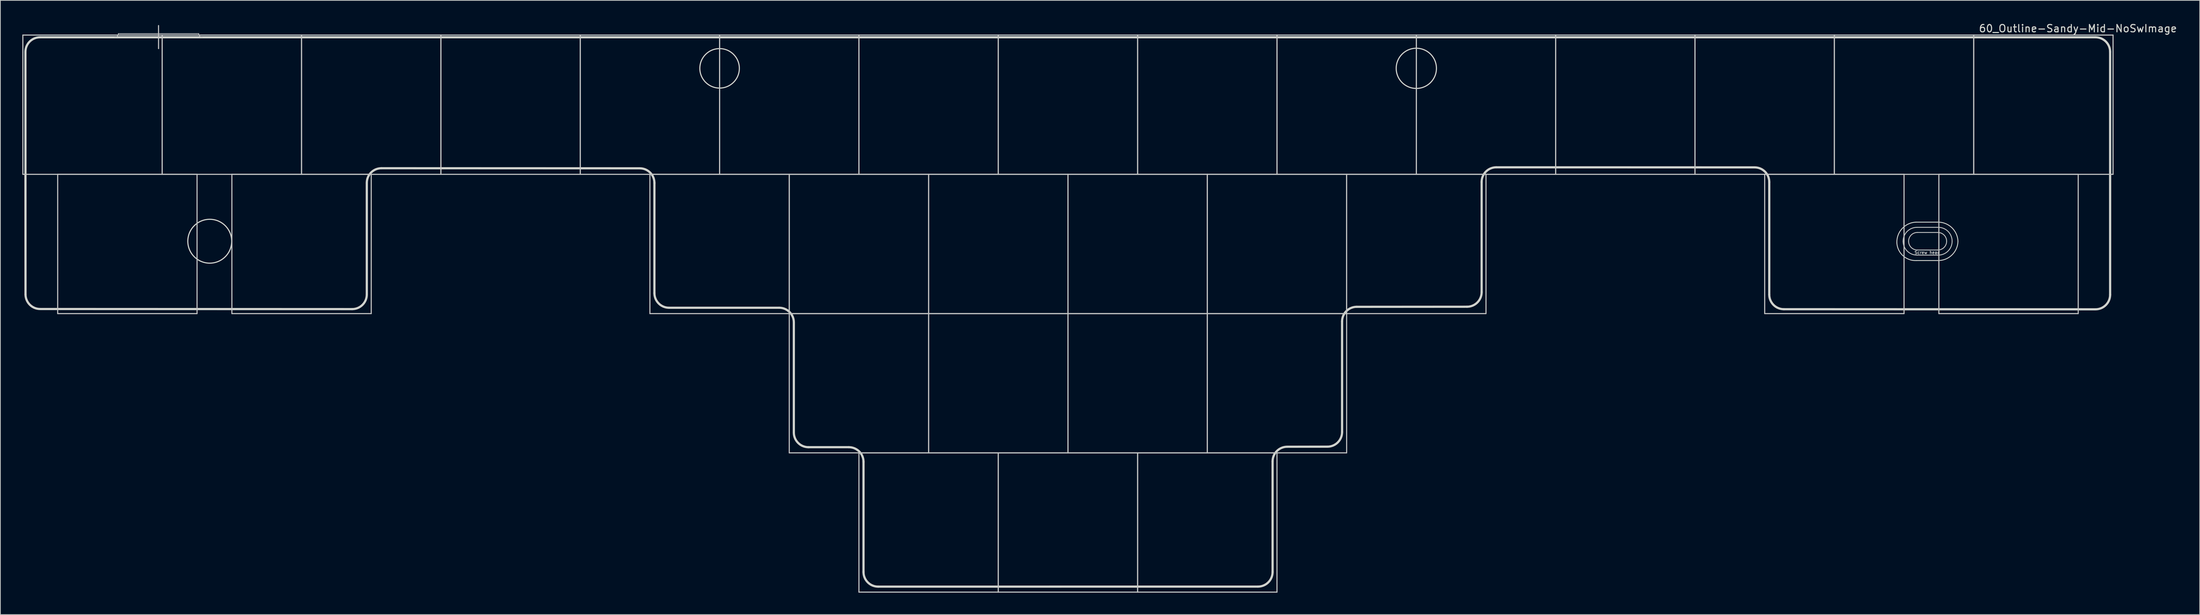
<source format=kicad_pcb>
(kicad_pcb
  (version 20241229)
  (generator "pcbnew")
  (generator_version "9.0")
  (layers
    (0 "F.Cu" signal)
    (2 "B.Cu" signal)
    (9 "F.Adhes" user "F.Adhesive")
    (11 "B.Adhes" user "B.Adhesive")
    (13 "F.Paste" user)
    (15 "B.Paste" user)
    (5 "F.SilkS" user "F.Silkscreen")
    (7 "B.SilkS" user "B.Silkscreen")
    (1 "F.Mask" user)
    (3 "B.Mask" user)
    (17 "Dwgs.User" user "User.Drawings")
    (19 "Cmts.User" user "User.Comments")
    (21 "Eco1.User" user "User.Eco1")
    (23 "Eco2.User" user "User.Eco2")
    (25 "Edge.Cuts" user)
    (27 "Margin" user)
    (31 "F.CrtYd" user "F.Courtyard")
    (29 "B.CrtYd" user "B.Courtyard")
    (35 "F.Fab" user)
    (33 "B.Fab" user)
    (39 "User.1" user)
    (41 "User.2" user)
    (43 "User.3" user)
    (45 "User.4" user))
  (footprint "60_Outline-Sandy-Mid-NoSwImage"
    (layer "F.Cu")
    (at 142.925 49.348)
    (property "Reference" "60_Outline-Sandy-Mid-NoSwImage" (at 138.1 -48.5 0) (layer "Edge.Cuts") (effects (font (size 1 1) (thickness 0.15))))
    (attr through_hole)
    (fp_line (start -142.85 -47.6) (end -123.8 -47.6) (stroke (width 0.15) (type solid)) (layer "Dwgs.User"))
    (fp_line (start -142.85 -28.55) (end -142.85 -47.6) (stroke (width 0.15) (type solid)) (layer "Dwgs.User"))
    (fp_line (start -138.088 -28.55) (end -119.037 -28.55) (stroke (width 0.15) (type solid)) (layer "Dwgs.User"))
    (fp_line (start -138.088 -9.5) (end -138.088 -28.55) (stroke (width 0.15) (type solid)) (layer "Dwgs.User"))
    (fp_line (start -129.8 -47.8) (end -118.8 -47.8) (stroke (width 0.1) (type solid)) (layer "Dwgs.User"))
    (fp_line (start -124.3 -48.9) (end -124.3 -45.75) (stroke (width 0.15) (type solid)) (layer "Dwgs.User"))
    (fp_line (start -123.8 -47.6) (end -123.8 -28.55) (stroke (width 0.15) (type solid)) (layer "Dwgs.User"))
    (fp_line (start -123.8 -47.6) (end -104.75 -47.6) (stroke (width 0.15) (type solid)) (layer "Dwgs.User"))
    (fp_line (start -123.8 -28.55) (end -142.85 -28.55) (stroke (width 0.15) (type solid)) (layer "Dwgs.User"))
    (fp_line (start -123.8 -28.55) (end -123.8 -47.6) (stroke (width 0.15) (type solid)) (layer "Dwgs.User"))
    (fp_line (start -119.037 -28.55) (end -119.037 -9.5) (stroke (width 0.15) (type solid)) (layer "Dwgs.User"))
    (fp_line (start -119.037 -9.5) (end -138.088 -9.5) (stroke (width 0.15) (type solid)) (layer "Dwgs.User"))
    (fp_line (start -114.275 -28.55) (end -95.225 -28.55) (stroke (width 0.15) (type solid)) (layer "Dwgs.User"))
    (fp_line (start -114.275 -9.5) (end -114.275 -28.55) (stroke (width 0.15) (type solid)) (layer "Dwgs.User"))
    (fp_line (start -104.75 -47.6) (end -104.75 -28.55) (stroke (width 0.15) (type solid)) (layer "Dwgs.User"))
    (fp_line (start -104.75 -47.6) (end -85.7 -47.6) (stroke (width 0.15) (type solid)) (layer "Dwgs.User"))
    (fp_line (start -104.75 -28.55) (end -123.8 -28.55) (stroke (width 0.15) (type solid)) (layer "Dwgs.User"))
    (fp_line (start -104.75 -28.55) (end -104.75 -47.6) (stroke (width 0.15) (type solid)) (layer "Dwgs.User"))
    (fp_line (start -95.225 -28.55) (end -95.225 -9.5) (stroke (width 0.15) (type solid)) (layer "Dwgs.User"))
    (fp_line (start -95.225 -9.5) (end -114.275 -9.5) (stroke (width 0.15) (type solid)) (layer "Dwgs.User"))
    (fp_line (start -85.7 -47.6) (end -85.7 -28.55) (stroke (width 0.15) (type solid)) (layer "Dwgs.User"))
    (fp_line (start -85.7 -47.6) (end -66.65 -47.6) (stroke (width 0.15) (type solid)) (layer "Dwgs.User"))
    (fp_line (start -85.7 -28.55) (end -104.75 -28.55) (stroke (width 0.15) (type solid)) (layer "Dwgs.User"))
    (fp_line (start -85.7 -28.55) (end -85.7 -47.6) (stroke (width 0.15) (type solid)) (layer "Dwgs.User"))
    (fp_line (start -66.65 -47.6) (end -66.65 -28.55) (stroke (width 0.15) (type solid)) (layer "Dwgs.User"))
    (fp_line (start -66.65 -47.6) (end -47.6 -47.6) (stroke (width 0.15) (type solid)) (layer "Dwgs.User"))
    (fp_line (start -66.65 -28.55) (end -85.7 -28.55) (stroke (width 0.15) (type solid)) (layer "Dwgs.User"))
    (fp_line (start -66.65 -28.55) (end -66.65 -47.6) (stroke (width 0.15) (type solid)) (layer "Dwgs.User"))
    (fp_line (start -57.125 -28.55) (end -38.075 -28.55) (stroke (width 0.15) (type solid)) (layer "Dwgs.User"))
    (fp_line (start -57.125 -9.5) (end -57.125 -28.55) (stroke (width 0.15) (type solid)) (layer "Dwgs.User"))
    (fp_line (start -47.6 -47.6) (end -47.6 -28.55) (stroke (width 0.15) (type solid)) (layer "Dwgs.User"))
    (fp_line (start -47.6 -47.6) (end -28.55 -47.6) (stroke (width 0.15) (type solid)) (layer "Dwgs.User"))
    (fp_line (start -47.6 -28.55) (end -66.65 -28.55) (stroke (width 0.15) (type solid)) (layer "Dwgs.User"))
    (fp_line (start -47.6 -28.55) (end -47.6 -47.6) (stroke (width 0.15) (type solid)) (layer "Dwgs.User"))
    (fp_line (start -38.075 -28.55) (end -38.075 -9.5) (stroke (width 0.15) (type solid)) (layer "Dwgs.User"))
    (fp_line (start -38.075 -28.55) (end -19.025 -28.55) (stroke (width 0.15) (type solid)) (layer "Dwgs.User"))
    (fp_line (start -38.075 -9.5) (end -57.125 -9.5) (stroke (width 0.15) (type solid)) (layer "Dwgs.User"))
    (fp_line (start -38.075 -9.5) (end -38.075 -28.55) (stroke (width 0.15) (type solid)) (layer "Dwgs.User"))
    (fp_line (start -38.075 -9.5) (end -19.025 -9.5) (stroke (width 0.15) (type solid)) (layer "Dwgs.User"))
    (fp_line (start -38.075 9.55) (end -38.075 -9.5) (stroke (width 0.15) (type solid)) (layer "Dwgs.User"))
    (fp_line (start -28.55 -47.6) (end -28.55 -28.55) (stroke (width 0.15) (type solid)) (layer "Dwgs.User"))
    (fp_line (start -28.55 -47.6) (end -9.5 -47.6) (stroke (width 0.15) (type solid)) (layer "Dwgs.User"))
    (fp_line (start -28.55 -28.55) (end -47.6 -28.55) (stroke (width 0.15) (type solid)) (layer "Dwgs.User"))
    (fp_line (start -28.55 -28.55) (end -28.55 -47.6) (stroke (width 0.15) (type solid)) (layer "Dwgs.User"))
    (fp_line (start -28.55 9.55) (end -9.5 9.55) (stroke (width 0.15) (type solid)) (layer "Dwgs.User"))
    (fp_line (start -28.55 28.6) (end -28.55 9.55) (stroke (width 0.15) (type solid)) (layer "Dwgs.User"))
    (fp_line (start -19.025 -28.55) (end -19.025 -9.5) (stroke (width 0.15) (type solid)) (layer "Dwgs.User"))
    (fp_line (start -19.025 -28.55) (end 0.025 -28.55) (stroke (width 0.15) (type solid)) (layer "Dwgs.User"))
    (fp_line (start -19.025 -9.5) (end -38.075 -9.5) (stroke (width 0.15) (type solid)) (layer "Dwgs.User"))
    (fp_line (start -19.025 -9.5) (end -19.025 -28.55) (stroke (width 0.15) (type solid)) (layer "Dwgs.User"))
    (fp_line (start -19.025 -9.5) (end -19.025 9.55) (stroke (width 0.15) (type solid)) (layer "Dwgs.User"))
    (fp_line (start -19.025 -9.5) (end 0.025 -9.5) (stroke (width 0.15) (type solid)) (layer "Dwgs.User"))
    (fp_line (start -19.025 9.55) (end -38.075 9.55) (stroke (width 0.15) (type solid)) (layer "Dwgs.User"))
    (fp_line (start -19.025 9.55) (end -19.025 -9.5) (stroke (width 0.15) (type solid)) (layer "Dwgs.User"))
    (fp_line (start -9.5 -47.6) (end -9.5 -28.55) (stroke (width 0.15) (type solid)) (layer "Dwgs.User"))
    (fp_line (start -9.5 -47.6) (end 9.55 -47.6) (stroke (width 0.15) (type solid)) (layer "Dwgs.User"))
    (fp_line (start -9.5 -28.55) (end -28.55 -28.55) (stroke (width 0.15) (type solid)) (layer "Dwgs.User"))
    (fp_line (start -9.5 -28.55) (end -9.5 -47.6) (stroke (width 0.15) (type solid)) (layer "Dwgs.User"))
    (fp_line (start -9.5 9.55) (end -9.5 28.6) (stroke (width 0.15) (type solid)) (layer "Dwgs.User"))
    (fp_line (start -9.5 9.55) (end 9.55 9.55) (stroke (width 0.15) (type solid)) (layer "Dwgs.User"))
    (fp_line (start -9.5 28.6) (end -28.55 28.6) (stroke (width 0.15) (type solid)) (layer "Dwgs.User"))
    (fp_line (start -9.5 28.6) (end -9.5 9.55) (stroke (width 0.15) (type solid)) (layer "Dwgs.User"))
    (fp_line (start 0.025 -28.55) (end 0.025 -9.5) (stroke (width 0.15) (type solid)) (layer "Dwgs.User"))
    (fp_line (start 0.025 -28.55) (end 19.075 -28.55) (stroke (width 0.15) (type solid)) (layer "Dwgs.User"))
    (fp_line (start 0.025 -9.5) (end -19.025 -9.5) (stroke (width 0.15) (type solid)) (layer "Dwgs.User"))
    (fp_line (start 0.025 -9.5) (end 0.025 -28.55) (stroke (width 0.15) (type solid)) (layer "Dwgs.User"))
    (fp_line (start 0.025 -9.5) (end 0.025 9.55) (stroke (width 0.15) (type solid)) (layer "Dwgs.User"))
    (fp_line (start 0.025 -9.5) (end 19.075 -9.5) (stroke (width 0.15) (type solid)) (layer "Dwgs.User"))
    (fp_line (start 0.025 9.55) (end -19.025 9.55) (stroke (width 0.15) (type solid)) (layer "Dwgs.User"))
    (fp_line (start 0.025 9.55) (end 0.025 -9.5) (stroke (width 0.15) (type solid)) (layer "Dwgs.User"))
    (fp_line (start 9.55 -47.6) (end 9.55 -28.55) (stroke (width 0.15) (type solid)) (layer "Dwgs.User"))
    (fp_line (start 9.55 -47.6) (end 28.6 -47.6) (stroke (width 0.15) (type solid)) (layer "Dwgs.User"))
    (fp_line (start 9.55 -28.55) (end -9.5 -28.55) (stroke (width 0.15) (type solid)) (layer "Dwgs.User"))
    (fp_line (start 9.55 -28.55) (end 9.55 -47.6) (stroke (width 0.15) (type solid)) (layer "Dwgs.User"))
    (fp_line (start 9.55 9.55) (end 9.55 28.6) (stroke (width 0.15) (type solid)) (layer "Dwgs.User"))
    (fp_line (start 9.55 9.55) (end 28.6 9.55) (stroke (width 0.15) (type solid)) (layer "Dwgs.User"))
    (fp_line (start 9.55 28.6) (end -9.5 28.6) (stroke (width 0.15) (type solid)) (layer "Dwgs.User"))
    (fp_line (start 9.55 28.6) (end 9.55 9.55) (stroke (width 0.15) (type solid)) (layer "Dwgs.User"))
    (fp_line (start 19.075 -28.55) (end 19.075 -9.5) (stroke (width 0.15) (type solid)) (layer "Dwgs.User"))
    (fp_line (start 19.075 -28.55) (end 38.125 -28.55) (stroke (width 0.15) (type solid)) (layer "Dwgs.User"))
    (fp_line (start 19.075 -9.5) (end 0.025 -9.5) (stroke (width 0.15) (type solid)) (layer "Dwgs.User"))
    (fp_line (start 19.075 -9.5) (end 19.075 -28.55) (stroke (width 0.15) (type solid)) (layer "Dwgs.User"))
    (fp_line (start 19.075 -9.5) (end 19.075 9.55) (stroke (width 0.15) (type solid)) (layer "Dwgs.User"))
    (fp_line (start 19.075 -9.5) (end 38.125 -9.5) (stroke (width 0.15) (type solid)) (layer "Dwgs.User"))
    (fp_line (start 19.075 9.55) (end 0.025 9.55) (stroke (width 0.15) (type solid)) (layer "Dwgs.User"))
    (fp_line (start 19.075 9.55) (end 19.075 -9.5) (stroke (width 0.15) (type solid)) (layer "Dwgs.User"))
    (fp_line (start 28.6 -47.6) (end 28.6 -28.55) (stroke (width 0.15) (type solid)) (layer "Dwgs.User"))
    (fp_line (start 28.6 -47.6) (end 47.65 -47.6) (stroke (width 0.15) (type solid)) (layer "Dwgs.User"))
    (fp_line (start 28.6 -28.55) (end 9.55 -28.55) (stroke (width 0.15) (type solid)) (layer "Dwgs.User"))
    (fp_line (start 28.6 -28.55) (end 28.6 -47.6) (stroke (width 0.15) (type solid)) (layer "Dwgs.User"))
    (fp_line (start 28.6 9.55) (end 28.6 28.6) (stroke (width 0.15) (type solid)) (layer "Dwgs.User"))
    (fp_line (start 28.6 28.6) (end 9.55 28.6) (stroke (width 0.15) (type solid)) (layer "Dwgs.User"))
    (fp_line (start 38.125 -28.55) (end 38.125 -9.5) (stroke (width 0.15) (type solid)) (layer "Dwgs.User"))
    (fp_line (start 38.125 -28.55) (end 57.175 -28.55) (stroke (width 0.15) (type solid)) (layer "Dwgs.User"))
    (fp_line (start 38.125 -9.5) (end 19.075 -9.5) (stroke (width 0.15) (type solid)) (layer "Dwgs.User"))
    (fp_line (start 38.125 -9.5) (end 38.125 -28.55) (stroke (width 0.15) (type solid)) (layer "Dwgs.User"))
    (fp_line (start 38.125 -9.5) (end 38.125 9.55) (stroke (width 0.15) (type solid)) (layer "Dwgs.User"))
    (fp_line (start 38.125 9.55) (end 19.075 9.55) (stroke (width 0.15) (type solid)) (layer "Dwgs.User"))
    (fp_line (start 47.65 -47.6) (end 47.65 -28.55) (stroke (width 0.15) (type solid)) (layer "Dwgs.User"))
    (fp_line (start 47.65 -47.6) (end 66.7 -47.6) (stroke (width 0.15) (type solid)) (layer "Dwgs.User"))
    (fp_line (start 47.65 -28.55) (end 28.6 -28.55) (stroke (width 0.15) (type solid)) (layer "Dwgs.User"))
    (fp_line (start 47.65 -28.55) (end 47.65 -47.6) (stroke (width 0.15) (type solid)) (layer "Dwgs.User"))
    (fp_line (start 57.175 -28.55) (end 57.175 -9.5) (stroke (width 0.15) (type solid)) (layer "Dwgs.User"))
    (fp_line (start 57.175 -9.5) (end 38.125 -9.5) (stroke (width 0.15) (type solid)) (layer "Dwgs.User"))
    (fp_line (start 66.7 -47.6) (end 66.7 -28.55) (stroke (width 0.15) (type solid)) (layer "Dwgs.User"))
    (fp_line (start 66.7 -47.6) (end 85.75 -47.6) (stroke (width 0.15) (type solid)) (layer "Dwgs.User"))
    (fp_line (start 66.7 -28.55) (end 47.65 -28.55) (stroke (width 0.15) (type solid)) (layer "Dwgs.User"))
    (fp_line (start 66.7 -28.55) (end 66.7 -47.6) (stroke (width 0.15) (type solid)) (layer "Dwgs.User"))
    (fp_line (start 85.75 -47.6) (end 85.75 -28.55) (stroke (width 0.15) (type solid)) (layer "Dwgs.User"))
    (fp_line (start 85.75 -47.6) (end 104.8 -47.6) (stroke (width 0.15) (type solid)) (layer "Dwgs.User"))
    (fp_line (start 85.75 -28.55) (end 66.7 -28.55) (stroke (width 0.15) (type solid)) (layer "Dwgs.User"))
    (fp_line (start 85.75 -28.55) (end 85.75 -47.6) (stroke (width 0.15) (type solid)) (layer "Dwgs.User"))
    (fp_line (start 95.275 -28.55) (end 114.325 -28.55) (stroke (width 0.15) (type solid)) (layer "Dwgs.User"))
    (fp_line (start 95.275 -9.5) (end 95.275 -28.55) (stroke (width 0.15) (type solid)) (layer "Dwgs.User"))
    (fp_line (start 104.8 -47.6) (end 104.8 -28.55) (stroke (width 0.15) (type solid)) (layer "Dwgs.User"))
    (fp_line (start 104.8 -47.6) (end 123.85 -47.6) (stroke (width 0.15) (type solid)) (layer "Dwgs.User"))
    (fp_line (start 104.8 -28.55) (end 85.75 -28.55) (stroke (width 0.15) (type solid)) (layer "Dwgs.User"))
    (fp_line (start 104.8 -28.55) (end 104.8 -47.6) (stroke (width 0.15) (type solid)) (layer "Dwgs.User"))
    (fp_line (start 114.325 -28.55) (end 114.325 -9.5) (stroke (width 0.15) (type solid)) (layer "Dwgs.User"))
    (fp_line (start 114.325 -9.5) (end 95.275 -9.5) (stroke (width 0.15) (type solid)) (layer "Dwgs.User"))
    (fp_line (start 116.1 -21.3) (end 119 -21.3) (stroke (width 0.12) (type solid)) (layer "Dwgs.User"))
    (fp_line (start 116.1 -17.5) (end 119 -17.5) (stroke (width 0.12) (type solid)) (layer "Dwgs.User"))
    (fp_line (start 116.148 -20.599) (end 118.948 -20.599) (stroke (width 0.12) (type solid)) (layer "Dwgs.User"))
    (fp_line (start 118.948 -18.199) (end 116.148 -18.199) (stroke (width 0.12) (type solid)) (layer "Dwgs.User"))
    (fp_line (start 119.088 -28.55) (end 138.137 -28.55) (stroke (width 0.15) (type solid)) (layer "Dwgs.User"))
    (fp_line (start 119.088 -9.5) (end 119.088 -28.55) (stroke (width 0.15) (type solid)) (layer "Dwgs.User"))
    (fp_line (start 123.85 -47.6) (end 123.85 -28.55) (stroke (width 0.15) (type solid)) (layer "Dwgs.User"))
    (fp_line (start 123.85 -47.6) (end 142.9 -47.6) (stroke (width 0.15) (type solid)) (layer "Dwgs.User"))
    (fp_line (start 123.85 -28.55) (end 104.8 -28.55) (stroke (width 0.15) (type solid)) (layer "Dwgs.User"))
    (fp_line (start 123.85 -28.55) (end 123.85 -47.6) (stroke (width 0.15) (type solid)) (layer "Dwgs.User"))
    (fp_line (start 138.137 -28.55) (end 138.137 -9.5) (stroke (width 0.15) (type solid)) (layer "Dwgs.User"))
    (fp_line (start 138.137 -9.5) (end 119.088 -9.5) (stroke (width 0.15) (type solid)) (layer "Dwgs.User"))
    (fp_line (start 142.9 -47.6) (end 142.9 -28.55) (stroke (width 0.15) (type solid)) (layer "Dwgs.User"))
    (fp_line (start 142.9 -28.55) (end 123.85 -28.55) (stroke (width 0.15) (type solid)) (layer "Dwgs.User"))
    (fp_arc (start -129.8 -47.8) (mid -129.946447 -47.446447) (end -130.3 -47.3) (stroke (width 0.1) (type solid)) (layer "Dwgs.User"))
    (fp_arc (start -118.3 -47.3) (mid -118.653553 -47.446447) (end -118.8 -47.8) (stroke (width 0.1) (type solid)) (layer "Dwgs.User"))
    (fp_arc (start 114.2 -19.4) (mid 114.756497 -20.743503) (end 116.1 -21.3) (stroke (width 0.12) (type solid)) (layer "Dwgs.User"))
    (fp_arc (start 114.948491 -19.398514) (mid 115.299978 -20.247027) (end 116.148491 -20.598514) (stroke (width 0.12) (type solid)) (layer "Dwgs.User"))
    (fp_arc (start 116.1 -17.5) (mid 114.756497 -18.056497) (end 114.2 -19.4) (stroke (width 0.12) (type solid)) (layer "Dwgs.User"))
    (fp_arc (start 116.148491 -18.198514) (mid 115.29999 -18.550012) (end 114.948491 -19.398514) (stroke (width 0.12) (type solid)) (layer "Dwgs.User"))
    (fp_arc (start 118.948491 -20.598514) (mid 119.797046 -20.247068) (end 120.148491 -19.398514) (stroke (width 0.12) (type solid)) (layer "Dwgs.User"))
    (fp_arc (start 119 -21.3) (mid 120.343503 -20.743503) (end 120.9 -19.4) (stroke (width 0.12) (type solid)) (layer "Dwgs.User"))
    (fp_arc (start 120.148491 -19.398514) (mid 119.797035 -18.549968) (end 118.948491 -18.198514) (stroke (width 0.12) (type solid)) (layer "Dwgs.User"))
    (fp_arc (start 120.9 -19.4) (mid 120.343503 -18.056497) (end 119 -17.5) (stroke (width 0.12) (type solid)) (layer "Dwgs.User"))
    (fp_circle (center -117.3 -19.4) (end -116 -19.4) (stroke (width 0.15) (type solid)) (fill no) (layer "Eco1.User"))
    (fp_circle (center -117.3 -19.4) (end -114.9 -19.4) (stroke (width 0.15) (type solid)) (fill no) (layer "Eco1.User"))
    (fp_circle (center -47.6 -43.05) (end -45.4 -43.05) (stroke (width 0.15) (type solid)) (fill no) (layer "Eco1.User"))
    (fp_circle (center 47.65 -43.05) (end 49.85 -43.05) (stroke (width 0.15) (type solid)) (fill no) (layer "Eco1.User"))
    (fp_line (start -142.486 -12.128) (end -142.5 -45.3) (stroke (width 0.3) (type solid)) (layer "Edge.Cuts"))
    (fp_line (start -140.486 -10.128) (end -97.83 -10.114) (stroke (width 0.3) (type solid)) (layer "Edge.Cuts"))
    (fp_line (start -95.83 -12.114) (end -95.83 -27.386) (stroke (width 0.3) (type solid)) (layer "Edge.Cuts"))
    (fp_line (start -93.83 -29.386) (end -58.51 -29.375) (stroke (width 0.3) (type solid)) (layer "Edge.Cuts"))
    (fp_line (start -56.51 -12.3) (end -56.51 -27.375) (stroke (width 0.3) (type solid)) (layer "Edge.Cuts"))
    (fp_line (start -54.51 -10.3) (end -39.45 -10.3) (stroke (width 0.3) (type solid)) (layer "Edge.Cuts"))
    (fp_line (start -37.45 6.775) (end -37.45 -8.3) (stroke (width 0.3) (type solid)) (layer "Edge.Cuts"))
    (fp_line (start -35.45 8.775) (end -29.925 8.775) (stroke (width 0.3) (type solid)) (layer "Edge.Cuts"))
    (fp_line (start -27.925 25.85) (end -27.925 10.775) (stroke (width 0.3) (type solid)) (layer "Edge.Cuts"))
    (fp_line (start -25.925 27.85) (end 26 27.846) (stroke (width 0.3) (type solid)) (layer "Edge.Cuts"))
    (fp_line (start 28 25.846) (end 28 10.714) (stroke (width 0.3) (type solid)) (layer "Edge.Cuts"))
    (fp_line (start 30 8.714) (end 35.5 8.704) (stroke (width 0.3) (type solid)) (layer "Edge.Cuts"))
    (fp_line (start 37.5 6.704) (end 37.5 -8.427) (stroke (width 0.3) (type solid)) (layer "Edge.Cuts"))
    (fp_line (start 39.5 -10.427) (end 54.58 -10.437) (stroke (width 0.3) (type solid)) (layer "Edge.Cuts"))
    (fp_line (start 56.58 -12.437) (end 56.58 -27.512) (stroke (width 0.3) (type solid)) (layer "Edge.Cuts"))
    (fp_line (start 58.58 -29.512) (end 93.9 -29.502) (stroke (width 0.3) (type solid)) (layer "Edge.Cuts"))
    (fp_line (start 95.9 -12.1) (end 95.9 -27.502) (stroke (width 0.3) (type solid)) (layer "Edge.Cuts"))
    (fp_line (start 97.9 -10.1) (end 140.5 -10.086) (stroke (width 0.3) (type solid)) (layer "Edge.Cuts"))
    (fp_line (start 115.947 -22.009) (end 118.847 -22.009) (stroke (width 0.12) (type solid)) (layer "Edge.Cuts"))
    (fp_line (start 116.047 -16.759) (end 118.947 -16.759) (stroke (width 0.12) (type solid)) (layer "Edge.Cuts"))
    (fp_line (start 140.5 -47.3) (end -140.5 -47.3) (stroke (width 0.3) (type solid)) (layer "Edge.Cuts"))
    (fp_line (start 142.5 -12.086) (end 142.5 -45.3) (stroke (width 0.3) (type solid)) (layer "Edge.Cuts"))
    (fp_arc (start -142.5 -45.3) (mid -141.914214 -46.714214) (end -140.5 -47.3) (stroke (width 0.3) (type solid)) (layer "Edge.Cuts"))
    (fp_arc (start -140.485786 -10.128428) (mid -141.9 -10.714214) (end -142.485786 -12.128428) (stroke (width 0.3) (type solid)) (layer "Edge.Cuts"))
    (fp_arc (start -95.83 -27.385786) (mid -95.244214 -28.8) (end -93.83 -29.385786) (stroke (width 0.3) (type solid)) (layer "Edge.Cuts"))
    (fp_arc (start -95.83 -12.114214) (mid -96.415786 -10.7) (end -97.83 -10.114214) (stroke (width 0.3) (type solid)) (layer "Edge.Cuts"))
    (fp_arc (start -58.51 -29.375) (mid -57.095786 -28.789214) (end -56.51 -27.375) (stroke (width 0.3) (type solid)) (layer "Edge.Cuts"))
    (fp_arc (start -54.51 -10.3) (mid -55.924214 -10.885786) (end -56.51 -12.3) (stroke (width 0.3) (type solid)) (layer "Edge.Cuts"))
    (fp_arc (start -39.45 -10.3) (mid -38.035786 -9.714214) (end -37.45 -8.3) (stroke (width 0.3) (type solid)) (layer "Edge.Cuts"))
    (fp_arc (start -35.45 8.775) (mid -36.864214 8.189214) (end -37.45 6.775) (stroke (width 0.3) (type solid)) (layer "Edge.Cuts"))
    (fp_arc (start -29.925 8.775) (mid -28.510786 9.360786) (end -27.925 10.775) (stroke (width 0.3) (type solid)) (layer "Edge.Cuts"))
    (fp_arc (start -25.925 27.85) (mid -27.339214 27.264214) (end -27.925 25.85) (stroke (width 0.3) (type solid)) (layer "Edge.Cuts"))
    (fp_arc (start 28 10.714214) (mid 28.585786 9.3) (end 30 8.714214) (stroke (width 0.3) (type solid)) (layer "Edge.Cuts"))
    (fp_arc (start 28 25.845786) (mid 27.414214 27.26) (end 26 27.845786) (stroke (width 0.3) (type solid)) (layer "Edge.Cuts"))
    (fp_arc (start 37.5 -8.427358) (mid 38.085786 -9.841572) (end 39.5 -10.427358) (stroke (width 0.3) (type solid)) (layer "Edge.Cuts"))
    (fp_arc (start 37.5 6.704214) (mid 36.914214 8.118428) (end 35.5 8.704214) (stroke (width 0.3) (type solid)) (layer "Edge.Cuts"))
    (fp_arc (start 56.58 -27.512358) (mid 57.165786 -28.926572) (end 58.58 -29.512358) (stroke (width 0.3) (type solid)) (layer "Edge.Cuts"))
    (fp_arc (start 56.58 -12.437358) (mid 55.994216 -11.023141) (end 54.58 -10.437358) (stroke (width 0.3) (type solid)) (layer "Edge.Cuts"))
    (fp_arc (start 93.9 -29.501572) (mid 95.314214 -28.915786) (end 95.9 -27.501572) (stroke (width 0.3) (type solid)) (layer "Edge.Cuts"))
    (fp_arc (start 97.9 -10.1) (mid 96.485781 -10.685786) (end 95.9 -12.1) (stroke (width 0.3) (type solid)) (layer "Edge.Cuts"))
    (fp_arc (start 113.347056 -19.159188) (mid 114.056802 -21.122666) (end 115.947056 -22.009188) (stroke (width 0.12) (type solid)) (layer "Edge.Cuts"))
    (fp_arc (start 116.047056 -16.759188) (mid 114.2 -17.4) (end 113.347056 -19.159188) (stroke (width 0.12) (type solid)) (layer "Edge.Cuts"))
    (fp_arc (start 118.847056 -22.009188) (mid 120.810536 -21.299444) (end 121.697056 -19.409188) (stroke (width 0.12) (type solid)) (layer "Edge.Cuts"))
    (fp_arc (start 121.697056 -19.409188) (mid 120.870888 -17.514647) (end 118.947056 -16.759188) (stroke (width 0.12) (type solid)) (layer "Edge.Cuts"))
    (fp_arc (start 140.5 -47.3) (mid 141.914214 -46.714214) (end 142.5 -45.3) (stroke (width 0.3) (type solid)) (layer "Edge.Cuts"))
    (fp_arc (start 142.5 -12.085786) (mid 141.914204 -10.671591) (end 140.5 -10.085786) (stroke (width 0.3) (type solid)) (layer "Edge.Cuts"))
    (fp_circle (center -117.3 -19.4) (end -114.3 -19.4) (stroke (width 0.15) (type solid)) (fill no) (layer "Edge.Cuts"))
    (fp_circle (center -47.6 -43.05) (end -44.9 -43) (stroke (width 0.15) (type solid)) (fill no) (layer "Edge.Cuts"))
    (fp_circle (center 47.65 -43.05) (end 50.4 -43.05) (stroke (width 0.15) (type solid)) (fill no) (layer "Edge.Cuts"))
    (fp_text user "Screw head" (at 117.5 -17.85 0) (layer "Dwgs.User") (effects (font (size 0.4 0.4) (thickness 0.08)))))
  (gr_rect
    (start -3 -3)
    (end 297.674 81.023)
    (stroke (width 0.1) (type default))
    (fill no)
    (layer "Edge.Cuts")))
</source>
